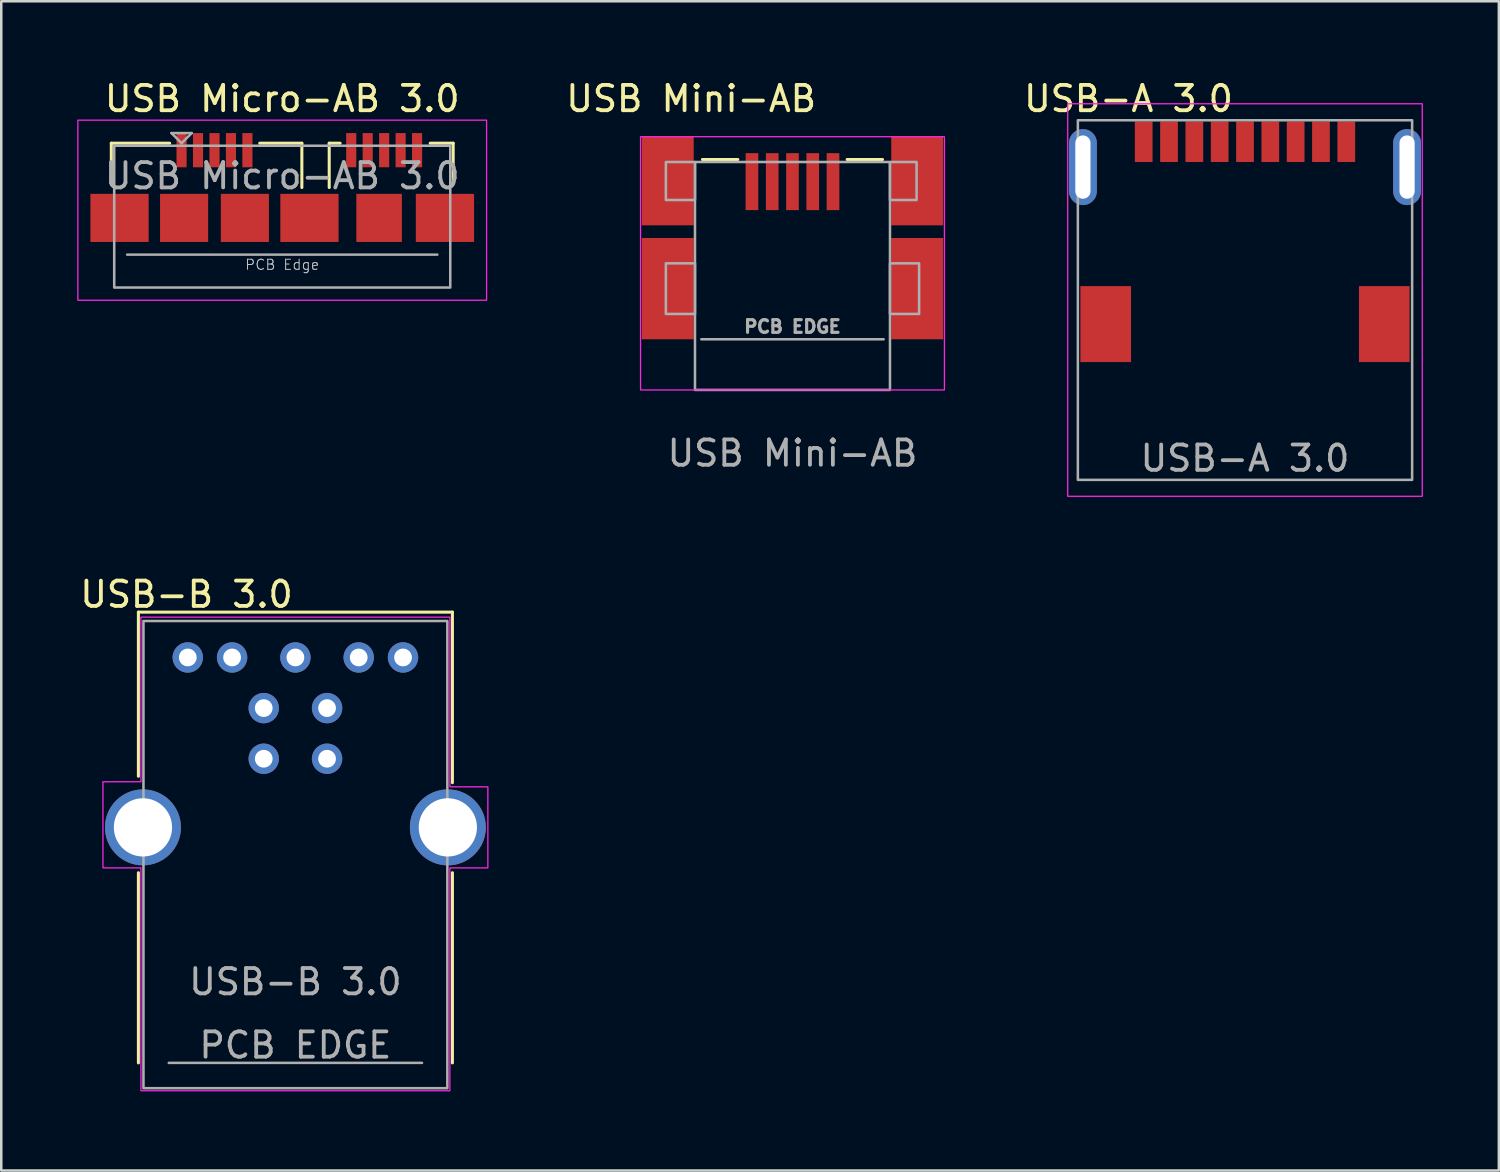
<source format=kicad_pcb>
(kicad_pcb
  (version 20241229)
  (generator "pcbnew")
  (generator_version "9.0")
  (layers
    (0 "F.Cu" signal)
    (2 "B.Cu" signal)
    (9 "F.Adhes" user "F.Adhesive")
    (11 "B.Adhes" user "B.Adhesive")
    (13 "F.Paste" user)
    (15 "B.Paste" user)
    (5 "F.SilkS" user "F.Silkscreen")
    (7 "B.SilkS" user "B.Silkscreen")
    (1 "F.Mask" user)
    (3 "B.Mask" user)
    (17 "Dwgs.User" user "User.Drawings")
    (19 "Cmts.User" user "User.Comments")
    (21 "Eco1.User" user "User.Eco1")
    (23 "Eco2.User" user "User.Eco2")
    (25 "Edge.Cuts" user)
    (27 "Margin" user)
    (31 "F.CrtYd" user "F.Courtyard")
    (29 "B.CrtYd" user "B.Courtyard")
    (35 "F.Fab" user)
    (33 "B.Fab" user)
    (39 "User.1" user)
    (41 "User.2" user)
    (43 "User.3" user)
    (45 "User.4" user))
  (footprint "USB Mini-AB"
    (layer "F.Cu")
    (at 28.244 12.348)
    (property "Reference" "USB Mini-AB" (at -4 -11.5 0) (unlocked yes) (layer "F.SilkS") (effects (font (size 1 1) (thickness 0.15))))
    (attr smd)
    (fp_line (start -3.556 -9.1) (end -2.159 -9.1) (stroke (width 0.12) (type solid)) (layer "F.SilkS"))
    (fp_line (start 2.159 -9.1) (end 3.556 -9.1) (stroke (width 0.12) (type solid)) (layer "F.SilkS"))
    (fp_rect (start -6 -10) (end 6 0) (stroke (width 0.05) (type solid)) (fill no) (layer "F.CrtYd"))
    (fp_line (start -3.6 -2) (end 3.6 -2) (stroke (width 0.1) (type solid)) (layer "F.Fab"))
    (fp_rect (start -3.85 -9) (end -5 -7.5) (stroke (width 0.1) (type solid)) (fill no) (layer "F.Fab"))
    (fp_rect (start -3.85 -3) (end -5 -5) (stroke (width 0.1) (type solid)) (fill no) (layer "F.Fab"))
    (fp_rect (start 3.85 -9) (end 4.9 -7.5) (stroke (width 0.1) (type solid)) (fill no) (layer "F.Fab"))
    (fp_rect (start 3.85 -3) (end 5 -5) (stroke (width 0.1) (type solid)) (fill no) (layer "F.Fab"))
    (fp_rect (start 3.85 0) (end -3.85 -9) (stroke (width 0.1) (type solid)) (fill no) (layer "F.Fab"))
    (fp_text user "PCB EDGE" (at 0 -2.5 0) (unlocked yes) (layer "F.Fab") (effects (font (size 0.5 0.5) (thickness 0.125))))
    (fp_text user "${REFERENCE}" (at 0 2.5 0) (unlocked yes) (layer "F.Fab") (effects (font (size 1 1) (thickness 0.15))))
    (pad "1" smd rect (at -1.6 -8.225) (size 0.5 2.25) (layers "F.Cu" "F.Mask" "F.Paste"))
    (pad "2" smd rect (at -0.8 -8.225) (size 0.5 2.25) (layers "F.Cu" "F.Mask" "F.Paste"))
    (pad "3" smd rect (at 0 -8.225) (size 0.5 2.25) (layers "F.Cu" "F.Mask" "F.Paste"))
    (pad "4" smd rect (at 0.8 -8.225) (size 0.5 2.25) (layers "F.Cu" "F.Mask" "F.Paste"))
    (pad "5" smd rect (at 1.6 -8.225) (size 0.5 2.25) (layers "F.Cu" "F.Mask" "F.Paste"))
    (pad "6" smd rect (at -4.925 -8.25) (size 2.05 3.5) (layers "F.Cu" "F.Mask" "F.Paste"))
    (pad "6" smd rect (at -4.925 -4) (size 2.05 4) (layers "F.Cu" "F.Mask" "F.Paste"))
    (pad "6" smd rect (at 4.925 -8.25) (size 2.05 3.5) (layers "F.Cu" "F.Mask" "F.Paste"))
    (pad "6" smd rect (at 4.925 -4) (size 2.05 4) (layers "F.Cu" "F.Mask" "F.Paste")))
  (footprint "USB Micro-AB 3.0"
    (layer "F.Cu")
    (at 8.095 4.355)
    (property "Reference" "USB Micro-AB 3.0" (at 0 -3.507 0) (unlocked yes) (layer "F.SilkS") (effects (font (size 1 1) (thickness 0.15))))
    (attr smd)
    (fp_line (start -6.75 -1.75) (end -6.75 -0.127) (stroke (width 0.12) (type solid)) (layer "F.SilkS"))
    (fp_line (start -4.445 -1.75) (end -6.75 -1.75) (stroke (width 0.12) (type solid)) (layer "F.SilkS"))
    (fp_line (start 0.775 -1.75) (end -0.889 -1.75) (stroke (width 0.12) (type solid)) (layer "F.SilkS"))
    (fp_line (start 0.775 -1.75) (end 0.775 0) (stroke (width 0.12) (type solid)) (layer "F.SilkS"))
    (fp_line (start 1.855 -1.75) (end 1.855 0) (stroke (width 0.12) (type solid)) (layer "F.SilkS"))
    (fp_line (start 2.286 -1.75) (end 1.855 -1.75) (stroke (width 0.12) (type solid)) (layer "F.SilkS"))
    (fp_line (start 5.842 -1.75) (end 6.75 -1.75) (stroke (width 0.12) (type solid)) (layer "F.SilkS"))
    (fp_line (start 6.75 -1.75) (end 6.75 -0.127) (stroke (width 0.12) (type solid)) (layer "F.SilkS"))
    (fp_rect (start -8.07 -2.66) (end 8.07 4.45) (stroke (width 0.05) (type solid)) (fill no) (layer "F.CrtYd"))
    (fp_line (start -6.125 2.65) (end 6.125 2.65) (stroke (width 0.1) (type solid)) (layer "F.Fab"))
    (fp_line (start -4.375 -2.15) (end -3.975 -1.75) (stroke (width 0.1) (type solid)) (layer "F.Fab"))
    (fp_line (start -3.975 -1.75) (end -3.575 -2.15) (stroke (width 0.1) (type solid)) (layer "F.Fab"))
    (fp_line (start -3.575 -2.15) (end -4.375 -2.15) (stroke (width 0.1) (type solid)) (layer "F.Fab"))
    (fp_rect (start -6.635 -1.65) (end 6.635 3.95) (stroke (width 0.1) (type solid)) (fill no) (layer "F.Fab"))
    (fp_text user "PCB Edge" (at 0 3.048 0) (unlocked yes) (layer "Dwgs.User") (effects (font (size 0.4 0.4) (thickness 0.04))))
    (fp_text user "${REFERENCE}" (at 0 -0.459 0) (unlocked yes) (layer "F.Fab") (effects (font (size 1 1) (thickness 0.15))))
    (pad "1" smd rect (at -3.975 -1.475) (size 0.4 1.35) (layers "F.Cu" "F.Mask" "F.Paste"))
    (pad "2" smd rect (at -3.325 -1.475) (size 0.4 1.35) (layers "F.Cu" "F.Mask" "F.Paste"))
    (pad "3" smd rect (at -2.675 -1.475) (size 0.4 1.35) (layers "F.Cu" "F.Mask" "F.Paste"))
    (pad "4" smd rect (at -2.025 -1.475) (size 0.4 1.35) (layers "F.Cu" "F.Mask" "F.Paste"))
    (pad "5" smd rect (at -1.375 -1.475) (size 0.4 1.35) (layers "F.Cu" "F.Mask" "F.Paste"))
    (pad "6" smd rect (at 2.725 -1.475) (size 0.4 1.35) (layers "F.Cu" "F.Mask" "F.Paste"))
    (pad "7" smd rect (at 3.375 -1.475) (size 0.4 1.35) (layers "F.Cu" "F.Mask" "F.Paste"))
    (pad "8" smd rect (at 4.025 -1.475) (size 0.4 1.35) (layers "F.Cu" "F.Mask" "F.Paste"))
    (pad "9" smd rect (at 4.675 -1.475) (size 0.4 1.35) (layers "F.Cu" "F.Mask" "F.Paste"))
    (pad "10" smd rect (at 5.325 -1.475) (size 0.4 1.35) (layers "F.Cu" "F.Mask" "F.Paste"))
    (pad "11" smd rect (at -6.425 1.2) (size 2.3 1.9) (layers "F.Cu" "F.Mask" "F.Paste"))
    (pad "11" smd rect (at -3.875 1.2) (size 1.9 1.9) (layers "F.Cu" "F.Mask" "F.Paste"))
    (pad "11" smd rect (at -1.475 1.2) (size 1.9 1.9) (layers "F.Cu" "F.Mask" "F.Paste"))
    (pad "11" smd rect (at 1.075 1.2) (size 2.3 1.9) (layers "F.Cu" "F.Mask" "F.Paste"))
    (pad "11" smd rect (at 3.825 1.2) (size 1.8 1.9) (layers "F.Cu" "F.Mask" "F.Paste"))
    (pad "11" smd rect (at 6.425 1.2) (size 2.3 1.9) (layers "F.Cu" "F.Mask" "F.Paste")))
  (footprint "USB-A 3.0"
    (layer "F.Cu")
    (at 46.113 12.548)
    (property "Reference" "USB-A 3.0" (at -4.6 -11.7 0) (unlocked yes) (layer "F.SilkS") (effects (font (size 1 1) (thickness 0.15))))
    (attr smd)
    (fp_rect (start -7 -11.5) (end 7 4) (stroke (width 0.05) (type solid)) (fill no) (layer "F.CrtYd"))
    (fp_rect (start -6.6 3.35) (end 6.6 -10.85) (stroke (width 0.1) (type solid)) (fill no) (layer "F.Fab"))
    (fp_text user "${REFERENCE}" (at 0 2.5 0) (unlocked yes) (layer "F.Fab") (effects (font (size 1 1) (thickness 0.15))))
    (pad "1" smd rect (at -3 -10) (size 0.7 1.6) (layers "F.Cu" "F.Mask" "F.Paste"))
    (pad "2" smd rect (at -1 -10) (size 0.7 1.6) (layers "F.Cu" "F.Mask" "F.Paste"))
    (pad "3" smd rect (at 1 -10) (size 0.7 1.6) (layers "F.Cu" "F.Mask" "F.Paste"))
    (pad "4" smd rect (at 3 -10) (size 0.7 1.6) (layers "F.Cu" "F.Mask" "F.Paste"))
    (pad "5" smd rect (at 4 -10) (size 0.7 1.6) (layers "F.Cu" "F.Mask" "F.Paste"))
    (pad "6" smd rect (at 2 -10) (size 0.7 1.6) (layers "F.Cu" "F.Mask" "F.Paste"))
    (pad "7" smd rect (at 0 -10) (size 0.7 1.6) (layers "F.Cu" "F.Mask" "F.Paste"))
    (pad "8" smd rect (at -2 -10) (size 0.7 1.6) (layers "F.Cu" "F.Mask" "F.Paste"))
    (pad "9" smd rect (at -4 -10) (size 0.7 1.6) (layers "F.Cu" "F.Mask" "F.Paste"))
    (pad "10" thru_hole oval (at -6.4 -9 90) (size 3 1.1) (drill oval 2.5 0.6) (layers "*.Cu" "*.Mask"))
    (pad "10" smd rect (at -5.5 -2.8) (size 2 3) (layers "F.Cu" "F.Mask" "F.Paste"))
    (pad "10" smd rect (at 5.5 -2.8) (size 2 3) (layers "F.Cu" "F.Mask" "F.Paste"))
    (pad "10" thru_hole oval (at 6.4 -9 90) (size 3 1.1) (drill oval 2.5 0.6) (layers "*.Cu" "*.Mask")))
  (footprint "USB-B 3.0"
    (layer "F.Cu")
    (at 8.615 39.922)
    (property "Reference" "USB-B 3.0" (at -4.3 -19.5 0) (unlocked yes) (layer "F.SilkS") (effects (font (size 1 1) (thickness 0.15))))
    (attr through_hole)
    (fp_line (start -6.2 -18.8) (end -6.2 -12.319) (stroke (width 0.12) (type solid)) (layer "F.SilkS"))
    (fp_line (start -6.2 -18.8) (end 6.2 -18.8) (stroke (width 0.12) (type solid)) (layer "F.SilkS"))
    (fp_line (start -6.2 -8.509) (end -6.2 -1) (stroke (width 0.12) (type solid)) (layer "F.SilkS"))
    (fp_line (start 6.2 -12.065) (end 6.2 -18.8) (stroke (width 0.12) (type solid)) (layer "F.SilkS"))
    (fp_line (start 6.2 -1) (end 6.2 -8.509) (stroke (width 0.12) (type solid)) (layer "F.SilkS"))
    (fp_poly (pts (xy 6.1 -11.9) (xy 7.6 -11.9) (xy 7.6 -8.7) (xy 6.1 -8.7) (xy 6.1 0.1) (xy -6.1 0.1) (xy -6.1 -8.7) (xy -7.6 -8.7) (xy -7.6 -12.1) (xy -6.1 -12.1) (xy -6.1 -18.6) (xy 6.1 -18.6)) (stroke (width 0.05) (type solid)) (fill no) (layer "F.CrtYd"))
    (fp_line (start 5 -1) (end -5 -1) (stroke (width 0.1) (type solid)) (layer "F.Fab"))
    (fp_rect (start -6 0) (end 6 -18.45) (stroke (width 0.1) (type solid)) (fill no) (layer "F.Fab"))
    (fp_text user "PCB EDGE" (at 0 -1.7 0) (unlocked yes) (layer "F.Fab") (effects (font (size 1 1) (thickness 0.15))))
    (fp_text user "${REFERENCE}" (at 0 -4.2 0) (unlocked yes) (layer "F.Fab") (effects (font (size 1 1) (thickness 0.15))))
    (pad "1" thru_hole circle (at 1.25 -15.01 90) (size 1.2 1.2) (drill 0.7) (layers "*.Cu" "*.Mask"))
    (pad "2" thru_hole circle (at -1.25 -15.01 90) (size 1.2 1.2) (drill 0.7) (layers "*.Cu" "*.Mask"))
    (pad "3" thru_hole circle (at -1.25 -13.01 90) (size 1.2 1.2) (drill 0.7) (layers "*.Cu" "*.Mask"))
    (pad "4" thru_hole circle (at 1.25 -13.01 90) (size 1.2 1.2) (drill 0.7) (layers "*.Cu" "*.Mask"))
    (pad "5" thru_hole circle (at -4.25 -17.01 90) (size 1.2 1.2) (drill 0.7) (layers "*.Cu" "*.Mask"))
    (pad "6" thru_hole circle (at -2.5 -17.01 90) (size 1.2 1.2) (drill 0.7) (layers "*.Cu" "*.Mask"))
    (pad "7" thru_hole circle (at 0 -17.01 90) (size 1.2 1.2) (drill 0.7) (layers "*.Cu" "*.Mask"))
    (pad "8" thru_hole circle (at 2.5 -17.01 90) (size 1.2 1.2) (drill 0.7) (layers "*.Cu" "*.Mask"))
    (pad "9" thru_hole circle (at 4.25 -17.01 90) (size 1.2 1.2) (drill 0.7) (layers "*.Cu" "*.Mask"))
    (pad "10" thru_hole circle (at -6.02 -10.3 90) (size 3 3) (drill 2.3) (layers "*.Cu" "*.Mask"))
    (pad "10" thru_hole circle (at 6.02 -10.3 90) (size 3 3) (drill 2.3) (layers "*.Cu" "*.Mask")))
  (gr_rect
    (start -3 -3)
    (end 56.138 43.172)
    (stroke (width 0.1) (type default))
    (fill no)
    (layer "Edge.Cuts")))
</source>
